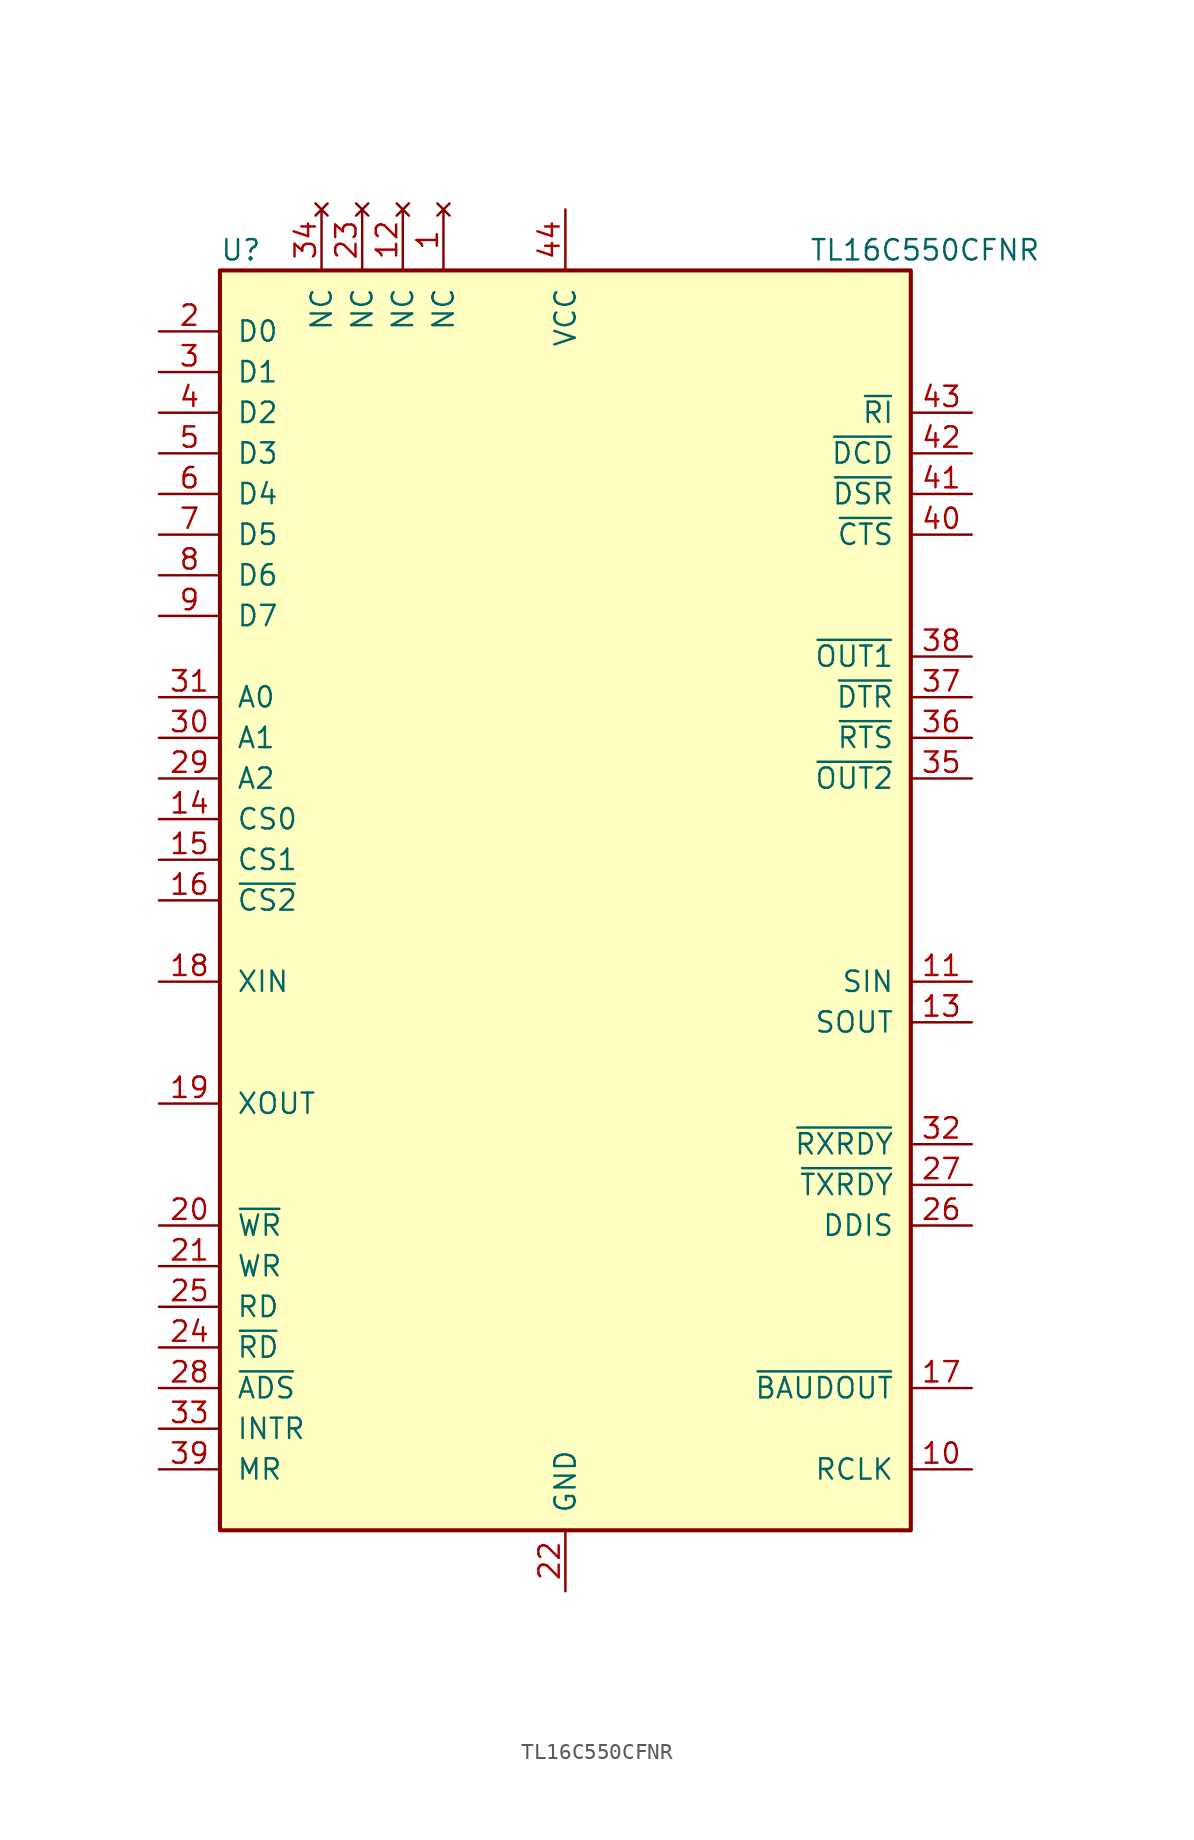
<source format=kicad_sym>
(kicad_symbol_lib
  (version 20231120)
  (generator "kicad_symbol_editor")
  (generator_version "8.0")
  (symbol "TL16C550CFNR"
    (pin_names
      (offset 1.016))
    (property "Reference" "U"
      (at -21.59 40.64 0)
      (effects (font (size 1.27 1.27)) (justify left)))
    (property "Value" "TL16C550CFNR"
      (at 15.24 40.64 0)
      (effects (font (size 1.27 1.27)) (justify left)))
    (symbol "TL16C550CFNR_0_1"
      (rectangle (start -21.59 -39.37) (end 21.59 39.37) (stroke (width 0.254) (type default)) (fill (type background))))
    (symbol "TL16C550CFNR_1_1"
      (pin no_connect line (at -7.62 43.18 270) (length 3.81) (name "NC" (effects (font (size 1.27 1.27)))) (number "1" (effects (font (size 1.27 1.27)))))
      (pin input line (at 25.4 -35.56 180) (length 3.81) (name "RCLK" (effects (font (size 1.27 1.27)))) (number "10" (effects (font (size 1.27 1.27)))))
      (pin input line (at 25.4 -5.08 180) (length 3.81) (name "SIN" (effects (font (size 1.27 1.27)))) (number "11" (effects (font (size 1.27 1.27)))))
      (pin no_connect line (at -10.16 43.18 270) (length 3.81) (name "NC" (effects (font (size 1.27 1.27)))) (number "12" (effects (font (size 1.27 1.27)))))
      (pin output line (at 25.4 -7.62 180) (length 3.81) (name "SOUT" (effects (font (size 1.27 1.27)))) (number "13" (effects (font (size 1.27 1.27)))))
      (pin input line (at -25.4 5.08 0) (length 3.81) (name "CS0" (effects (font (size 1.27 1.27)))) (number "14" (effects (font (size 1.27 1.27)))))
      (pin input line (at -25.4 2.54 0) (length 3.81) (name "CS1" (effects (font (size 1.27 1.27)))) (number "15" (effects (font (size 1.27 1.27)))))
      (pin input line (at -25.4 0 0) (length 3.81) (name "~{CS2}" (effects (font (size 1.27 1.27)))) (number "16" (effects (font (size 1.27 1.27)))))
      (pin output line (at 25.4 -30.48 180) (length 3.81) (name "~{BAUDOUT}" (effects (font (size 1.27 1.27)))) (number "17" (effects (font (size 1.27 1.27)))))
      (pin input line (at -25.4 -5.08 0) (length 3.81) (name "XIN" (effects (font (size 1.27 1.27)))) (number "18" (effects (font (size 1.27 1.27)))))
      (pin output line (at -25.4 -12.7 0) (length 3.81) (name "XOUT" (effects (font (size 1.27 1.27)))) (number "19" (effects (font (size 1.27 1.27)))))
      (pin bidirectional line (at -25.4 35.56 0) (length 3.81) (name "D0" (effects (font (size 1.27 1.27)))) (number "2" (effects (font (size 1.27 1.27)))))
      (pin input line (at -25.4 -20.32 0) (length 3.81) (name "~{WR}" (effects (font (size 1.27 1.27)))) (number "20" (effects (font (size 1.27 1.27)))))
      (pin input line (at -25.4 -22.86 0) (length 3.81) (name "WR" (effects (font (size 1.27 1.27)))) (number "21" (effects (font (size 1.27 1.27)))))
      (pin power_in line (at 0 -43.18 90) (length 3.81) (name "GND" (effects (font (size 1.27 1.27)))) (number "22" (effects (font (size 1.27 1.27)))))
      (pin no_connect line (at -12.7 43.18 270) (length 3.81) (name "NC" (effects (font (size 1.27 1.27)))) (number "23" (effects (font (size 1.27 1.27)))))
      (pin input line (at -25.4 -27.94 0) (length 3.81) (name "~{RD}" (effects (font (size 1.27 1.27)))) (number "24" (effects (font (size 1.27 1.27)))))
      (pin input line (at -25.4 -25.4 0) (length 3.81) (name "RD" (effects (font (size 1.27 1.27)))) (number "25" (effects (font (size 1.27 1.27)))))
      (pin output line (at 25.4 -20.32 180) (length 3.81) (name "DDIS" (effects (font (size 1.27 1.27)))) (number "26" (effects (font (size 1.27 1.27)))))
      (pin output line (at 25.4 -17.78 180) (length 3.81) (name "~{TXRDY}" (effects (font (size 1.27 1.27)))) (number "27" (effects (font (size 1.27 1.27)))))
      (pin input line (at -25.4 -30.48 0) (length 3.81) (name "~{ADS}" (effects (font (size 1.27 1.27)))) (number "28" (effects (font (size 1.27 1.27)))))
      (pin input line (at -25.4 7.62 0) (length 3.81) (name "A2" (effects (font (size 1.27 1.27)))) (number "29" (effects (font (size 1.27 1.27)))))
      (pin bidirectional line (at -25.4 33.02 0) (length 3.81) (name "D1" (effects (font (size 1.27 1.27)))) (number "3" (effects (font (size 1.27 1.27)))))
      (pin input line (at -25.4 10.16 0) (length 3.81) (name "A1" (effects (font (size 1.27 1.27)))) (number "30" (effects (font (size 1.27 1.27)))))
      (pin input line (at -25.4 12.7 0) (length 3.81) (name "A0" (effects (font (size 1.27 1.27)))) (number "31" (effects (font (size 1.27 1.27)))))
      (pin output line (at 25.4 -15.24 180) (length 3.81) (name "~{RXRDY}" (effects (font (size 1.27 1.27)))) (number "32" (effects (font (size 1.27 1.27)))))
      (pin output line (at -25.4 -33.02 0) (length 3.81) (name "INTR" (effects (font (size 1.27 1.27)))) (number "33" (effects (font (size 1.27 1.27)))))
      (pin no_connect line (at -15.24 43.18 270) (length 3.81) (name "NC" (effects (font (size 1.27 1.27)))) (number "34" (effects (font (size 1.27 1.27)))))
      (pin output line (at 25.4 7.62 180) (length 3.81) (name "~{OUT2}" (effects (font (size 1.27 1.27)))) (number "35" (effects (font (size 1.27 1.27)))))
      (pin output line (at 25.4 10.16 180) (length 3.81) (name "~{RTS}" (effects (font (size 1.27 1.27)))) (number "36" (effects (font (size 1.27 1.27)))))
      (pin output line (at 25.4 12.7 180) (length 3.81) (name "~{DTR}" (effects (font (size 1.27 1.27)))) (number "37" (effects (font (size 1.27 1.27)))))
      (pin output line (at 25.4 15.24 180) (length 3.81) (name "~{OUT1}" (effects (font (size 1.27 1.27)))) (number "38" (effects (font (size 1.27 1.27)))))
      (pin input line (at -25.4 -35.56 0) (length 3.81) (name "MR" (effects (font (size 1.27 1.27)))) (number "39" (effects (font (size 1.27 1.27)))))
      (pin bidirectional line (at -25.4 30.48 0) (length 3.81) (name "D2" (effects (font (size 1.27 1.27)))) (number "4" (effects (font (size 1.27 1.27)))))
      (pin input line (at 25.4 22.86 180) (length 3.81) (name "~{CTS}" (effects (font (size 1.27 1.27)))) (number "40" (effects (font (size 1.27 1.27)))))
      (pin input line (at 25.4 25.4 180) (length 3.81) (name "~{DSR}" (effects (font (size 1.27 1.27)))) (number "41" (effects (font (size 1.27 1.27)))))
      (pin input line (at 25.4 27.94 180) (length 3.81) (name "~{DCD}" (effects (font (size 1.27 1.27)))) (number "42" (effects (font (size 1.27 1.27)))))
      (pin input line (at 25.4 30.48 180) (length 3.81) (name "~{RI}" (effects (font (size 1.27 1.27)))) (number "43" (effects (font (size 1.27 1.27)))))
      (pin power_in line (at 0 43.18 270) (length 3.81) (name "VCC" (effects (font (size 1.27 1.27)))) (number "44" (effects (font (size 1.27 1.27)))))
      (pin bidirectional line (at -25.4 27.94 0) (length 3.81) (name "D3" (effects (font (size 1.27 1.27)))) (number "5" (effects (font (size 1.27 1.27)))))
      (pin bidirectional line (at -25.4 25.4 0) (length 3.81) (name "D4" (effects (font (size 1.27 1.27)))) (number "6" (effects (font (size 1.27 1.27)))))
      (pin bidirectional line (at -25.4 22.86 0) (length 3.81) (name "D5" (effects (font (size 1.27 1.27)))) (number "7" (effects (font (size 1.27 1.27)))))
      (pin bidirectional line (at -25.4 20.32 0) (length 3.81) (name "D6" (effects (font (size 1.27 1.27)))) (number "8" (effects (font (size 1.27 1.27)))))
      (pin bidirectional line (at -25.4 17.78 0) (length 3.81) (name "D7" (effects (font (size 1.27 1.27)))) (number "9" (effects (font (size 1.27 1.27))))))))
</source>
